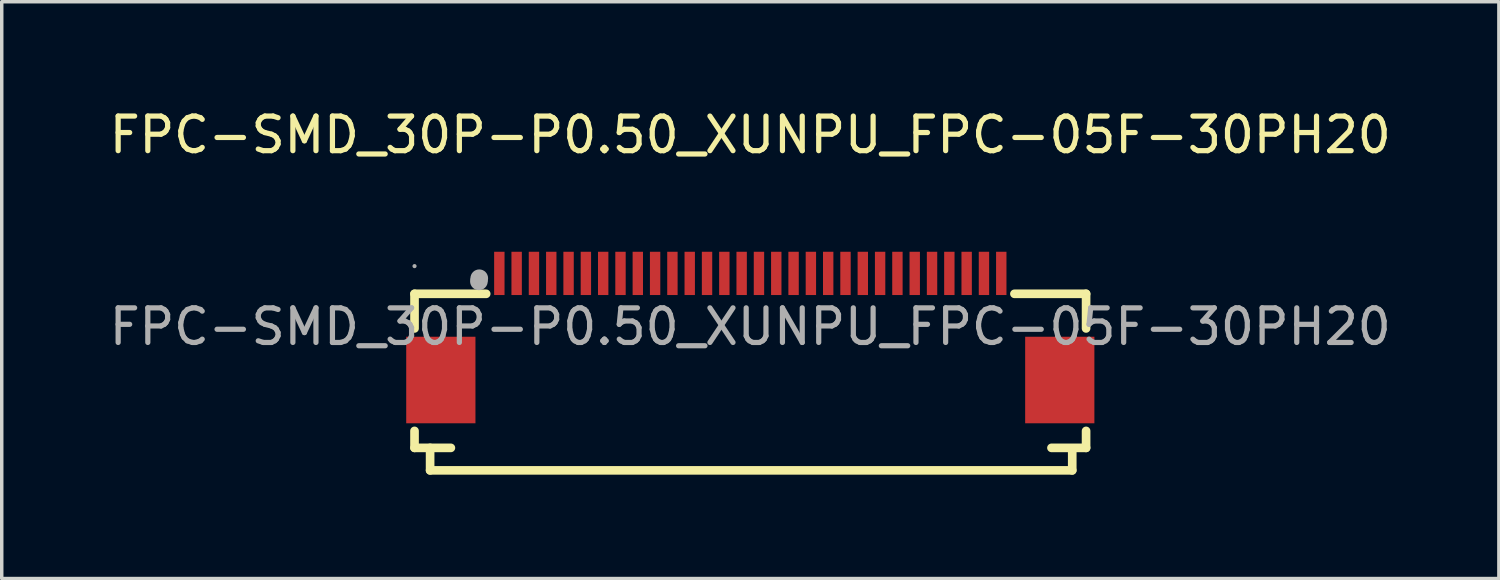
<source format=kicad_pcb>
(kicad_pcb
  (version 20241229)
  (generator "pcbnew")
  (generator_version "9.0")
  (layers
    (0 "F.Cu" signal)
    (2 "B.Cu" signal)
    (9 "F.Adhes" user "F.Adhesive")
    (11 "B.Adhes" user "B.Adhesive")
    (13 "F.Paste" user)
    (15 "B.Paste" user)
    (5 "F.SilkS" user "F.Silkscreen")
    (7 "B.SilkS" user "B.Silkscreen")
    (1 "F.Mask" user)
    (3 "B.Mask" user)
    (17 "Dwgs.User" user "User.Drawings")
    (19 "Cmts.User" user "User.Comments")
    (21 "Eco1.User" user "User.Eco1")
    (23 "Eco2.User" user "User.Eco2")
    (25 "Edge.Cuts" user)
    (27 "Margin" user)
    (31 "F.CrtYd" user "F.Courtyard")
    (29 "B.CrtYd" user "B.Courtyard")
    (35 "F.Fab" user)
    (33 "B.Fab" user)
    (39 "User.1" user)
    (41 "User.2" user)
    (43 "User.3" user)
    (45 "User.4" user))
  (footprint "FPC-SMD_30P-P0.50_XUNPU_FPC-05F-30PH20"
    (layer "F.Cu")
    (at 18.625 6.388)
    (property "Reference" "FPC-SMD_30P-P0.50_XUNPU_FPC-05F-30PH20" (at 0 -5.54 0) (layer "F.SilkS") (effects (font (size 1 1) (thickness 0.15))))
    (attr smd)
    (fp_line (start -9.7 -0.95) (end -9.7 0.05) (stroke (width 0.25) (type solid)) (layer "F.SilkS"))
    (fp_line (start -9.7 3.01) (end -9.7 3.5) (stroke (width 0.25) (type solid)) (layer "F.SilkS"))
    (fp_line (start -9.7 3.5) (end -8.65 3.5) (stroke (width 0.25) (type solid)) (layer "F.SilkS"))
    (fp_line (start -9.25 3.5) (end -9.25 4.15) (stroke (width 0.25) (type solid)) (layer "F.SilkS"))
    (fp_line (start -9.25 4.15) (end 9.3 4.15) (stroke (width 0.25) (type solid)) (layer "F.SilkS"))
    (fp_line (start -7.63 -0.95) (end -9.7 -0.95) (stroke (width 0.25) (type solid)) (layer "F.SilkS"))
    (fp_line (start 8.7 3.5) (end 9.7 3.5) (stroke (width 0.25) (type solid)) (layer "F.SilkS"))
    (fp_line (start 9.3 4.15) (end 9.3 3.55) (stroke (width 0.25) (type solid)) (layer "F.SilkS"))
    (fp_line (start 9.7 -0.95) (end 7.63 -0.95) (stroke (width 0.25) (type solid)) (layer "F.SilkS"))
    (fp_line (start 9.7 0.05) (end 9.7 -0.95) (stroke (width 0.25) (type solid)) (layer "F.SilkS"))
    (fp_line (start 9.7 3.5) (end 9.7 3.01) (stroke (width 0.25) (type solid)) (layer "F.SilkS"))
    (fp_circle (center -9.7 -1.75) (end -9.67 -1.75) (stroke (width 0.06) (type solid)) (fill no) (layer "F.Fab"))
    (fp_circle (center -7.84 -1.31) (end -7.71 -1.31) (stroke (width 0.25) (type solid)) (fill no) (layer "F.Fab"))
    (fp_circle (center -7.83 -1.4) (end -7.7 -1.4) (stroke (width 0.25) (type solid)) (fill no) (layer "F.Fab"))
    (fp_text user "${REFERENCE}" (at 0 0 0) (layer "F.Fab") (effects (font (size 1 1) (thickness 0.15))))
    (pad "1" smd rect (at -7.25 -1.54) (size 0.3 1.25) (layers "F.Cu" "F.Mask" "F.Paste"))
    (pad "2" smd rect (at -6.75 -1.54) (size 0.3 1.25) (layers "F.Cu" "F.Mask" "F.Paste"))
    (pad "3" smd rect (at -6.25 -1.54) (size 0.3 1.25) (layers "F.Cu" "F.Mask" "F.Paste"))
    (pad "4" smd rect (at -5.75 -1.54) (size 0.3 1.25) (layers "F.Cu" "F.Mask" "F.Paste"))
    (pad "5" smd rect (at -5.25 -1.54) (size 0.3 1.25) (layers "F.Cu" "F.Mask" "F.Paste"))
    (pad "6" smd rect (at -4.75 -1.54) (size 0.3 1.25) (layers "F.Cu" "F.Mask" "F.Paste"))
    (pad "7" smd rect (at -4.25 -1.54) (size 0.3 1.25) (layers "F.Cu" "F.Mask" "F.Paste"))
    (pad "8" smd rect (at -3.75 -1.54) (size 0.3 1.25) (layers "F.Cu" "F.Mask" "F.Paste"))
    (pad "9" smd rect (at -3.25 -1.54) (size 0.3 1.25) (layers "F.Cu" "F.Mask" "F.Paste"))
    (pad "10" smd rect (at -2.75 -1.54) (size 0.3 1.25) (layers "F.Cu" "F.Mask" "F.Paste"))
    (pad "11" smd rect (at -2.25 -1.54) (size 0.3 1.25) (layers "F.Cu" "F.Mask" "F.Paste"))
    (pad "12" smd rect (at -1.75 -1.54) (size 0.3 1.25) (layers "F.Cu" "F.Mask" "F.Paste"))
    (pad "13" smd rect (at -1.25 -1.54) (size 0.3 1.25) (layers "F.Cu" "F.Mask" "F.Paste"))
    (pad "14" smd rect (at -0.75 -1.54) (size 0.3 1.25) (layers "F.Cu" "F.Mask" "F.Paste"))
    (pad "15" smd rect (at -0.25 -1.54) (size 0.3 1.25) (layers "F.Cu" "F.Mask" "F.Paste"))
    (pad "16" smd rect (at 0.25 -1.54) (size 0.3 1.25) (layers "F.Cu" "F.Mask" "F.Paste"))
    (pad "17" smd rect (at 0.75 -1.54) (size 0.3 1.25) (layers "F.Cu" "F.Mask" "F.Paste"))
    (pad "18" smd rect (at 1.25 -1.54) (size 0.3 1.25) (layers "F.Cu" "F.Mask" "F.Paste"))
    (pad "19" smd rect (at 1.75 -1.54) (size 0.3 1.25) (layers "F.Cu" "F.Mask" "F.Paste"))
    (pad "20" smd rect (at 2.25 -1.54) (size 0.3 1.25) (layers "F.Cu" "F.Mask" "F.Paste"))
    (pad "21" smd rect (at 2.75 -1.54) (size 0.3 1.25) (layers "F.Cu" "F.Mask" "F.Paste"))
    (pad "22" smd rect (at 3.25 -1.54) (size 0.3 1.25) (layers "F.Cu" "F.Mask" "F.Paste"))
    (pad "23" smd rect (at 3.75 -1.54) (size 0.3 1.25) (layers "F.Cu" "F.Mask" "F.Paste"))
    (pad "24" smd rect (at 4.25 -1.54) (size 0.3 1.25) (layers "F.Cu" "F.Mask" "F.Paste"))
    (pad "25" smd rect (at 4.75 -1.54) (size 0.3 1.25) (layers "F.Cu" "F.Mask" "F.Paste"))
    (pad "26" smd rect (at 5.25 -1.54) (size 0.3 1.25) (layers "F.Cu" "F.Mask" "F.Paste"))
    (pad "27" smd rect (at 5.75 -1.54) (size 0.3 1.25) (layers "F.Cu" "F.Mask" "F.Paste"))
    (pad "28" smd rect (at 6.25 -1.54) (size 0.3 1.25) (layers "F.Cu" "F.Mask" "F.Paste"))
    (pad "29" smd rect (at 6.75 -1.54) (size 0.3 1.25) (layers "F.Cu" "F.Mask" "F.Paste"))
    (pad "30" smd rect (at 7.25 -1.54) (size 0.3 1.25) (layers "F.Cu" "F.Mask" "F.Paste"))
    (pad "31" smd rect (at 8.94 1.54) (size 2 2.5) (layers "F.Cu" "F.Mask" "F.Paste"))
    (pad "32" smd rect (at -8.94 1.54) (size 2 2.5) (layers "F.Cu" "F.Mask" "F.Paste")))
  (gr_rect
    (start -3 -3)
    (end 40.25 13.663)
    (stroke (width 0.1) (type default))
    (fill no)
    (layer "Edge.Cuts")))
</source>
